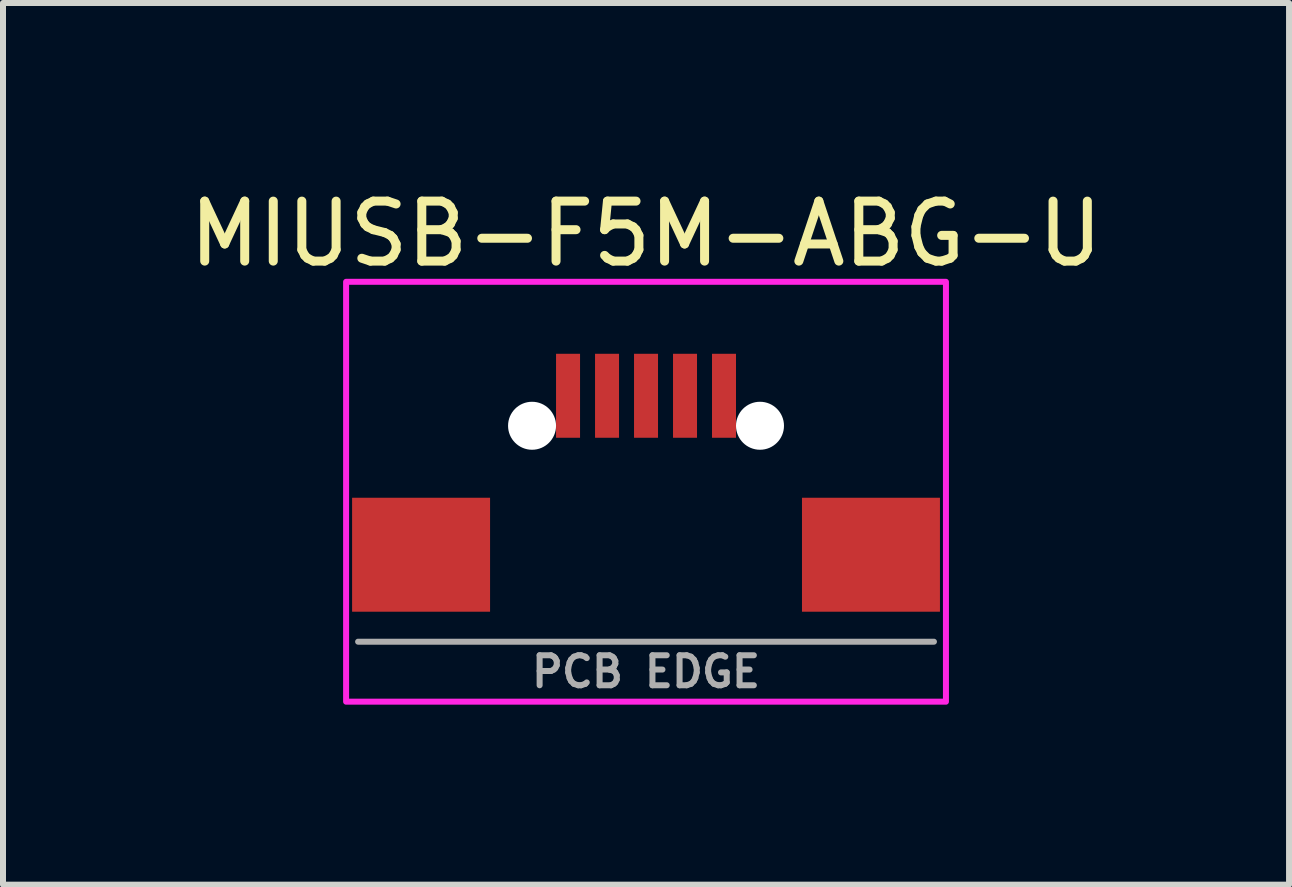
<source format=kicad_pcb>
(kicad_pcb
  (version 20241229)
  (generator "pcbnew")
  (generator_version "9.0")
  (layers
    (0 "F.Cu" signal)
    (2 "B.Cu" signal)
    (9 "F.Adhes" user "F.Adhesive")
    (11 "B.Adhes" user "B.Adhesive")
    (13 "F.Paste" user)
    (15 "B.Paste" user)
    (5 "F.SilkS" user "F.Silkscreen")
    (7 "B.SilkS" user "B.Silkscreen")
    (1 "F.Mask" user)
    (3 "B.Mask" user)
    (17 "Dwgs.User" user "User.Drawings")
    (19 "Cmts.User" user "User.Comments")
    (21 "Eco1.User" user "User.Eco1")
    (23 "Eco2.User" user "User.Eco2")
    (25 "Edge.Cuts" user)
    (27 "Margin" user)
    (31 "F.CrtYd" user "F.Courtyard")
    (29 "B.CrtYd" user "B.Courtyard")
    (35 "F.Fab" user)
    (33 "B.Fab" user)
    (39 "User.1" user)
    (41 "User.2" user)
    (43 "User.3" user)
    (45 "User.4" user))
  (footprint "MIUSB-F5M-ABG-U"
    (layer "F.Cu")
    (at 7.72 7.648)
    (property "Reference" "MIUSB-F5M-ABG-U" (at 0 -6.8 0) (unlocked yes) (layer "F.SilkS") (effects (font (size 1 1) (thickness 0.15))))
    (attr smd)
    (fp_rect (start -5 -6) (end 5 1) (stroke (width 0.1) (type solid)) (fill no) (layer "F.CrtYd"))
    (fp_line (start -4.8 0) (end 4.8 0) (stroke (width 0.1) (type solid)) (layer "F.Fab"))
    (fp_text user "PCB EDGE" (at 0 0.5 0) (unlocked yes) (layer "F.Fab") (effects (font (size 0.5 0.5) (thickness 0.1))))
    (pad "" np_thru_hole circle (at -1.9 -3.6) (size 0.8 0.8) (drill 0.8) (layers "*.Cu" "*.Mask"))
    (pad "" np_thru_hole circle (at 1.9 -3.6) (size 0.8 0.8) (drill 0.8) (layers "*.Cu" "*.Mask"))
    (pad "1" smd rect (at -1.3 -4.1) (size 0.4 1.4) (layers "F.Cu" "F.Mask" "F.Paste"))
    (pad "2" smd rect (at -0.65 -4.1) (size 0.4 1.4) (layers "F.Cu" "F.Mask" "F.Paste"))
    (pad "3" smd rect (at 0 -4.1) (size 0.4 1.4) (layers "F.Cu" "F.Mask" "F.Paste"))
    (pad "4" smd rect (at 0.65 -4.1) (size 0.4 1.4) (layers "F.Cu" "F.Mask" "F.Paste"))
    (pad "5" smd rect (at 1.3 -4.1) (size 0.4 1.4) (layers "F.Cu" "F.Mask" "F.Paste"))
    (pad "6" smd rect (at -3.75 -1.45) (size 2.3 1.9) (layers "F.Cu" "F.Mask" "F.Paste"))
    (pad "6" smd rect (at 3.75 -1.45) (size 2.3 1.9) (layers "F.Cu" "F.Mask" "F.Paste")))
  (gr_rect
    (start -3 -3)
    (end 18.44 11.698)
    (stroke (width 0.1) (type default))
    (fill no)
    (layer "Edge.Cuts")))
</source>
